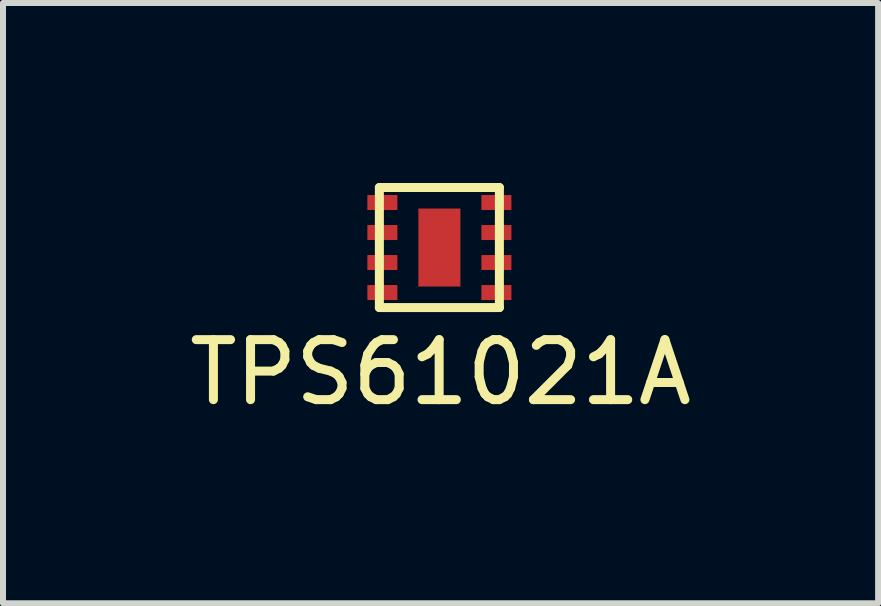
<source format=kicad_pcb>
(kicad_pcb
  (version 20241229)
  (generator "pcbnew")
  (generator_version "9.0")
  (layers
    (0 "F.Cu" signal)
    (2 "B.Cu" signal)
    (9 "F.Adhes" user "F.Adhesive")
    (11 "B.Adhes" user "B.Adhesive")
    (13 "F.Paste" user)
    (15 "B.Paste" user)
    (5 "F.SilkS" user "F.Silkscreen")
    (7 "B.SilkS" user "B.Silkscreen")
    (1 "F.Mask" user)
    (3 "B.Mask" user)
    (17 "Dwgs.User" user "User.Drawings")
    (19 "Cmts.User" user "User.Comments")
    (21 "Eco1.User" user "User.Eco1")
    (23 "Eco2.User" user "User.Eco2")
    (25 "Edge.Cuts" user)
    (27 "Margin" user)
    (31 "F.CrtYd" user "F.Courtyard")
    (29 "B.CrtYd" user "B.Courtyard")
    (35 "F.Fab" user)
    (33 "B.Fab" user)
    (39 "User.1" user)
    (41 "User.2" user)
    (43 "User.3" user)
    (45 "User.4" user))
  (footprint "TPS61021A"
    (layer "F.Cu")
    (at 4.272 1.075)
    (property "Reference" "TPS61021A" (at 0.02 2.08 0) (layer "F.SilkS") (effects (font (size 1 1) (thickness 0.15))))
    (attr through_hole)
    (fp_line (start -1 -1) (end 0 -1) (stroke (width 0.15) (type solid)) (layer "F.SilkS"))
    (fp_line (start -1 1) (end -1 -1) (stroke (width 0.15) (type solid)) (layer "F.SilkS"))
    (fp_line (start 0 -1) (end 1 -1) (stroke (width 0.15) (type solid)) (layer "F.SilkS"))
    (fp_line (start 1 -1) (end 1 1) (stroke (width 0.15) (type solid)) (layer "F.SilkS"))
    (fp_line (start 1 1) (end -1 1) (stroke (width 0.15) (type solid)) (layer "F.SilkS"))
    (pad "1" smd rect (at -0.95 -0.75) (size 0.5 0.25) (layers "F.Cu" "F.Mask" "F.Paste"))
    (pad "2" smd rect (at -0.95 -0.25) (size 0.5 0.25) (layers "F.Cu" "F.Mask" "F.Paste"))
    (pad "3" smd rect (at -0.95 0.25) (size 0.5 0.25) (layers "F.Cu" "F.Mask" "F.Paste"))
    (pad "4" smd rect (at -0.95 0.75) (size 0.5 0.25) (layers "F.Cu" "F.Mask" "F.Paste"))
    (pad "5" smd rect (at 0.95 0.75) (size 0.5 0.25) (layers "F.Cu" "F.Mask" "F.Paste"))
    (pad "6" smd rect (at 0.95 0.25) (size 0.5 0.25) (layers "F.Cu" "F.Mask" "F.Paste"))
    (pad "7" smd rect (at 0.95 -0.25) (size 0.5 0.25) (layers "F.Cu" "F.Mask" "F.Paste"))
    (pad "8" smd rect (at 0.95 -0.75) (size 0.5 0.25) (layers "F.Cu" "F.Mask" "F.Paste"))
    (pad "9" smd rect (at 0 0) (size 0.7 1.3) (layers "F.Cu" "F.Mask" "F.Paste")))
  (gr_rect
    (start -3 -3)
    (end 11.583 7.003)
    (stroke (width 0.1) (type default))
    (fill no)
    (layer "Edge.Cuts")))
</source>
